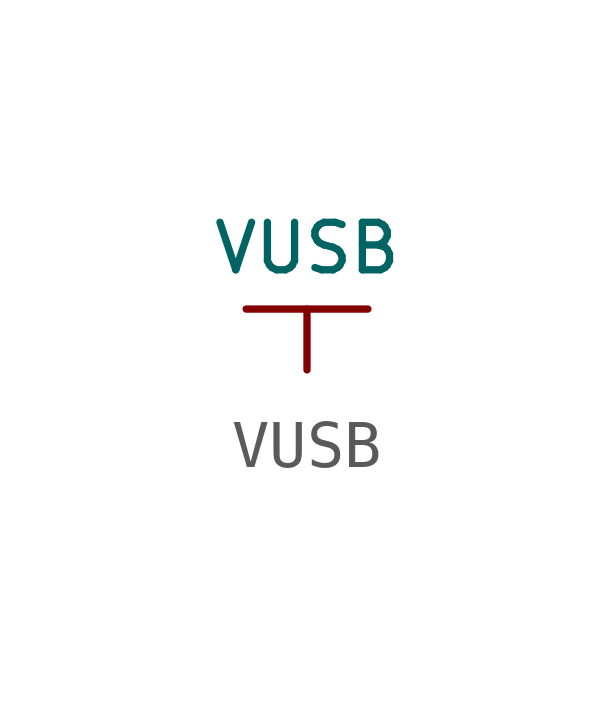
<source format=kicad_sym>
(kicad_symbol_lib
  (version 20220914)
  (generator kicad_symbol_editor)
  (symbol "VUSB"
    (power)
    (pin_numbers hide)
    (pin_names
      (offset 0) hide)
    (property "Reference" "#PWR"
      (at 0 -2.54 0)
      (effects (font (size 1.524 1.524)) hide))
    (property "Value" "VUSB"
      (at 0 1.27 0)
      (effects (font (size 0.991 0.991))))
    (property "Footprint" ""
      (at 0 0 0)
      (effects (font (size 1.524 1.524))))
    (property "Datasheet" ""
      (at 0 0 0)
      (effects (font (size 1.524 1.524))))
    (symbol "VUSB_0_1"
      (polyline (pts (xy -1.27 0) (xy 1.27 0)) (stroke (width 0) (type default)) (fill (type none))))
    (symbol "VUSB_1_1"
      (pin power_in line (at 0 -1.27 90) (length 1.27) (name "VUSB" (effects (font (size 1.27 1.27)))) (number "1" (effects (font (size 1.27 1.27))))))))
</source>
